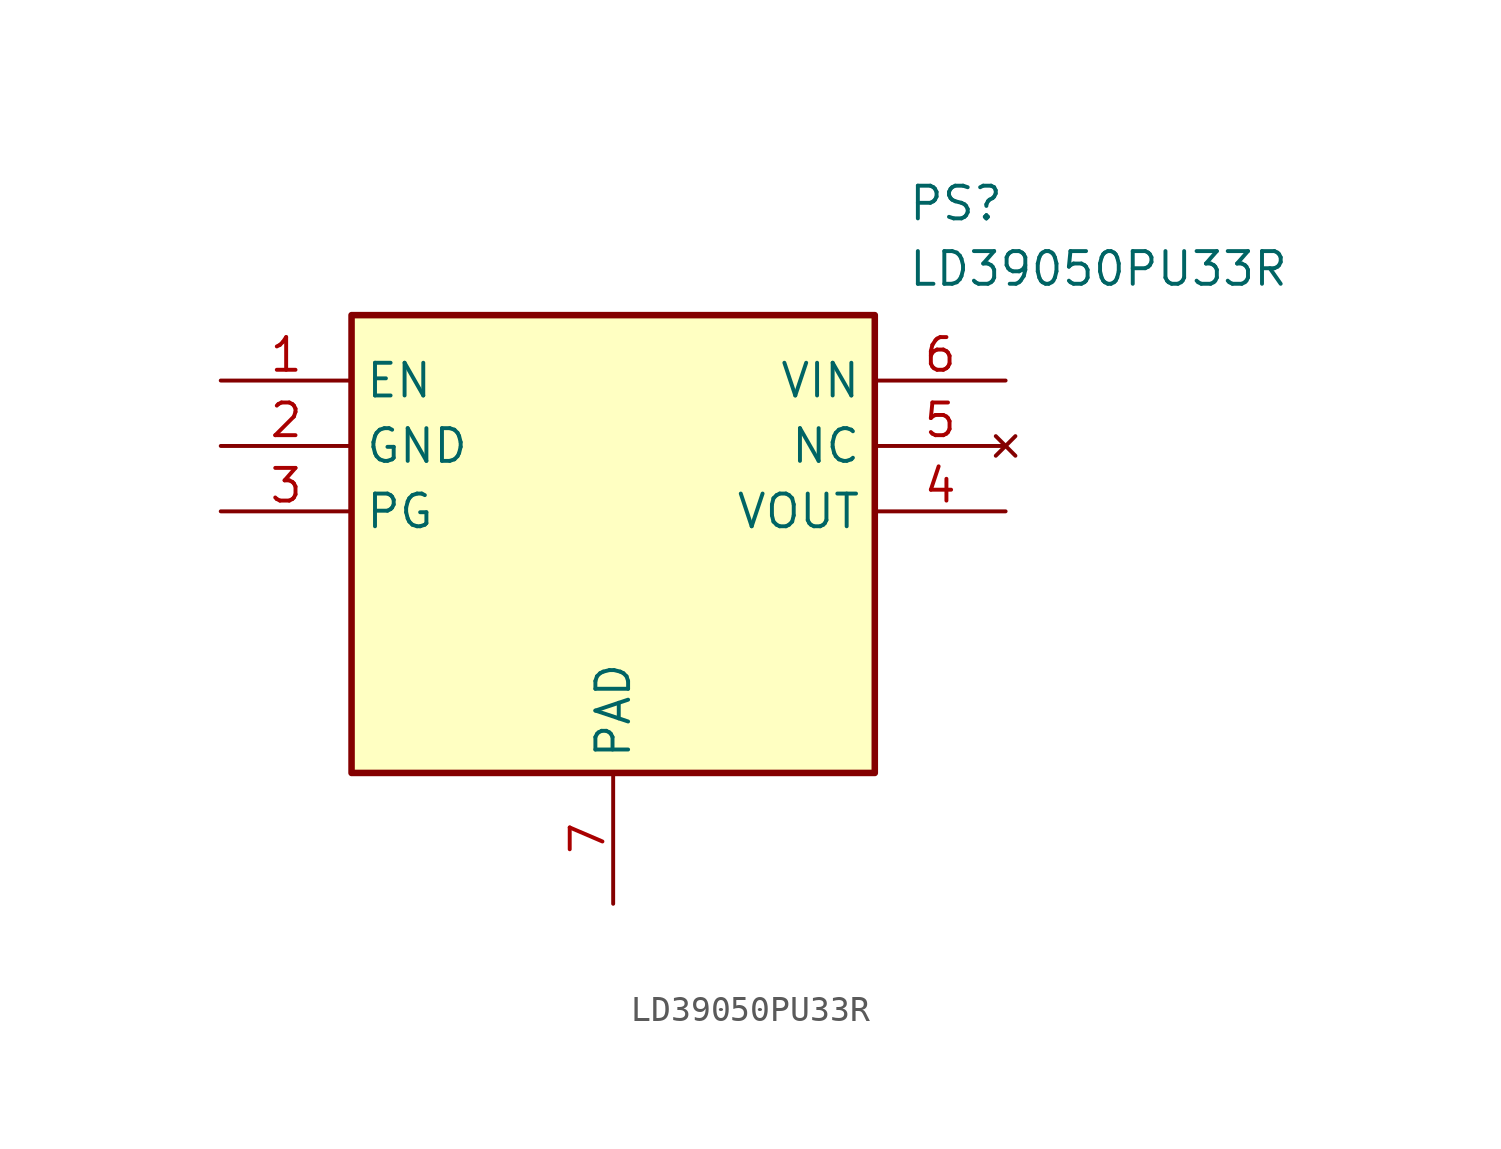
<source format=kicad_sym>
(kicad_symbol_lib
  (version 20211014)
  (generator SamacSys_ECAD_Model)
  (symbol "LD39050PU33R"
    (property "Reference" "PS"
      (at 26.67 7.62 0)
      (effects (font (size 1.27 1.27)) (justify left top)))
    (property "Value" "LD39050PU33R"
      (at 26.67 5.08 0)
      (effects (font (size 1.27 1.27)) (justify left top)))
    (rectangle
      (start 5.08 2.54)
      (end 25.4 -15.24)
      (stroke (width 0.254) (type default))
      (fill (type background)))
    (pin input line
      (at 0 0 0)
      (length 5.08)
      (name "EN" (effects (font (size 1.27 1.27))))
      (number "1" (effects (font (size 1.27 1.27)))))
    (pin power_in line
      (at 0 -2.54 0)
      (length 5.08)
      (name "GND" (effects (font (size 1.27 1.27))))
      (number "2" (effects (font (size 1.27 1.27)))))
    (pin output line
      (at 0 -5.08 0)
      (length 5.08)
      (name "PG" (effects (font (size 1.27 1.27))))
      (number "3" (effects (font (size 1.27 1.27)))))
    (pin power_in line
      (at 15.24 -20.32 90)
      (length 5.08)
      (name "PAD" (effects (font (size 1.27 1.27))))
      (number "7" (effects (font (size 1.27 1.27)))))
    (pin power_in line
      (at 30.48 0 180)
      (length 5.08)
      (name "VIN" (effects (font (size 1.27 1.27))))
      (number "6" (effects (font (size 1.27 1.27)))))
    (pin no_connect line
      (at 30.48 -2.54 180)
      (length 5.08)
      (name "NC" (effects (font (size 1.27 1.27))))
      (number "5" (effects (font (size 1.27 1.27)))))
    (pin output line
      (at 30.48 -5.08 180)
      (length 5.08)
      (name "VOUT" (effects (font (size 1.27 1.27))))
      (number "4" (effects (font (size 1.27 1.27)))))))
</source>
